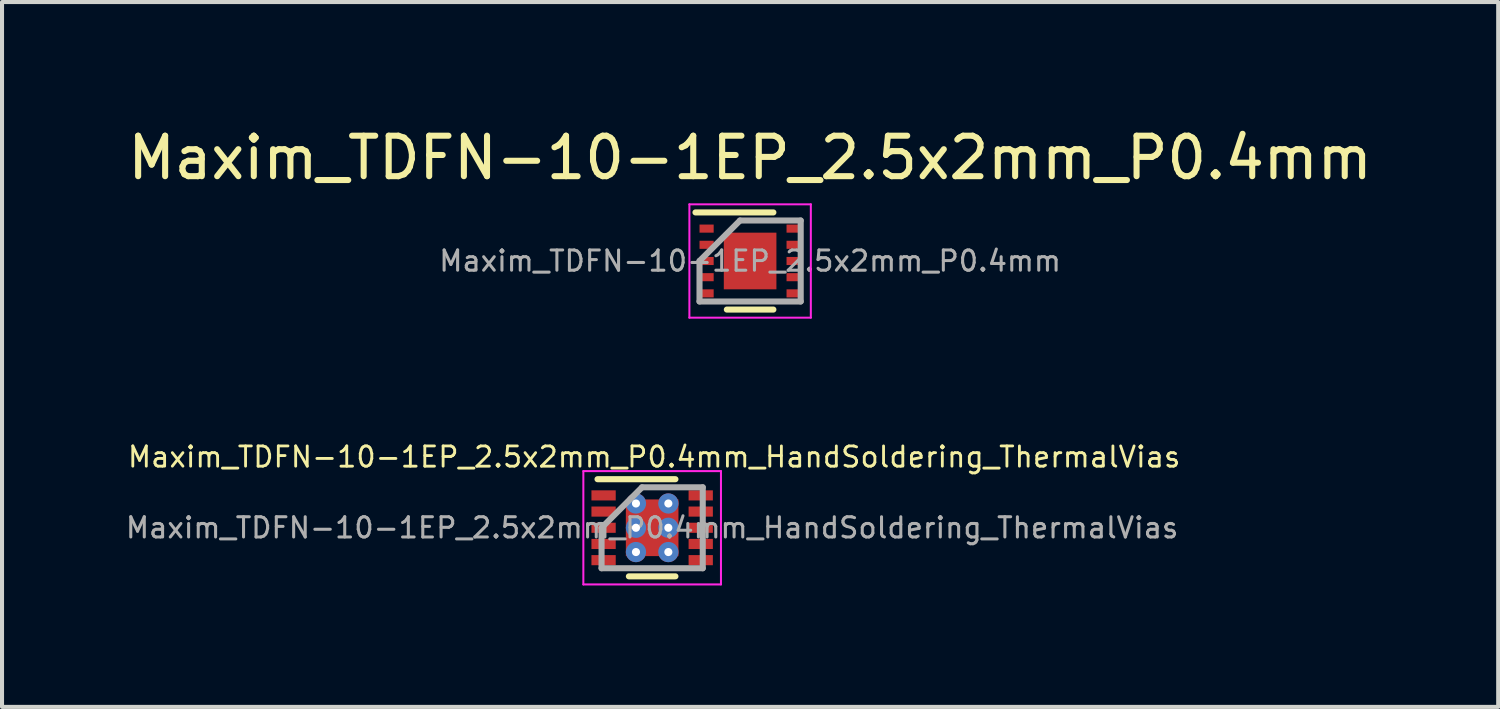
<source format=kicad_pcb>
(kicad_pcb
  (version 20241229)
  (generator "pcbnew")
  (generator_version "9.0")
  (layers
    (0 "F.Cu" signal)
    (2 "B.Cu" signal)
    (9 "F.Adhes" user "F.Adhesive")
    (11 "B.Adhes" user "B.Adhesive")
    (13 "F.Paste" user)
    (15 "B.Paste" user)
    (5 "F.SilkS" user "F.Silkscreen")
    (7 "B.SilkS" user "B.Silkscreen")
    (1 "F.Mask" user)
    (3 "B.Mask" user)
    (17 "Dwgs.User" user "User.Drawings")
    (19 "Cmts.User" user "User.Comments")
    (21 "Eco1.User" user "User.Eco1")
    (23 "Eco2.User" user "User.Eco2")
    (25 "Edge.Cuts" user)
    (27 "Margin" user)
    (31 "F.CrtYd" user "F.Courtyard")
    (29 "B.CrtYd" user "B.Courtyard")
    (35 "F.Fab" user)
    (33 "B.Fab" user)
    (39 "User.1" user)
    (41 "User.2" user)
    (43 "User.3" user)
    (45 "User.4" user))
  (footprint "Maxim_TDFN-10-1EP_2.5x2mm_P0.4mm_HandSoldering_ThermalVias"
    (layer "F.Cu")
    (at 13.062 9.989)
    (property "Reference" "Maxim_TDFN-10-1EP_2.5x2mm_P0.4mm_HandSoldering_ThermalVias" (at 0.05 -1.75 0) (layer "F.SilkS") (effects (font (size 0.5 0.5) (thickness 0.07))))
    (attr smd)
    (fp_line (start -1.35 -1.2) (end 0.575 -1.2) (stroke (width 0.15) (type solid)) (layer "F.SilkS"))
    (fp_line (start -0.575 1.2) (end 0.575 1.2) (stroke (width 0.15) (type solid)) (layer "F.SilkS"))
    (fp_line (start -1.7 -1.4) (end -1.7 1.4) (stroke (width 0.05) (type solid)) (layer "F.CrtYd"))
    (fp_line (start -1.7 -1.4) (end 1.7 -1.4) (stroke (width 0.05) (type solid)) (layer "F.CrtYd"))
    (fp_line (start -1.7 1.4) (end 1.7 1.4) (stroke (width 0.05) (type solid)) (layer "F.CrtYd"))
    (fp_line (start 1.7 -1.4) (end 1.7 1.4) (stroke (width 0.05) (type solid)) (layer "F.CrtYd"))
    (fp_line (start -1.25 0) (end -0.25 -1) (stroke (width 0.15) (type solid)) (layer "F.Fab"))
    (fp_line (start -1.25 1) (end -1.25 0) (stroke (width 0.15) (type solid)) (layer "F.Fab"))
    (fp_line (start -0.25 -1) (end 1.25 -1) (stroke (width 0.15) (type solid)) (layer "F.Fab"))
    (fp_line (start 1.25 -1) (end 1.25 1) (stroke (width 0.15) (type solid)) (layer "F.Fab"))
    (fp_line (start 1.25 1) (end -1.25 1) (stroke (width 0.15) (type solid)) (layer "F.Fab"))
    (fp_text user "${REFERENCE}" (at 0 0 0) (layer "F.Fab") (effects (font (size 0.5 0.5) (thickness 0.075))))
    (pad "1" smd rect (at -1.2 -0.8) (size 0.6 0.25) (layers "F.Cu" "F.Mask" "F.Paste"))
    (pad "2" smd rect (at -1.2 -0.4) (size 0.6 0.25) (layers "F.Cu" "F.Mask" "F.Paste"))
    (pad "3" smd rect (at -1.2 0) (size 0.6 0.25) (layers "F.Cu" "F.Mask" "F.Paste"))
    (pad "4" smd rect (at -1.2 0.4) (size 0.6 0.25) (layers "F.Cu" "F.Mask" "F.Paste"))
    (pad "5" smd rect (at -1.2 0.8) (size 0.6 0.25) (layers "F.Cu" "F.Mask" "F.Paste"))
    (pad "6" smd rect (at 1.2 0.8) (size 0.6 0.25) (layers "F.Cu" "F.Mask" "F.Paste"))
    (pad "7" smd rect (at 1.2 0.4) (size 0.6 0.25) (layers "F.Cu" "F.Mask" "F.Paste"))
    (pad "8" smd rect (at 1.2 0) (size 0.6 0.25) (layers "F.Cu" "F.Mask" "F.Paste"))
    (pad "9" smd rect (at 1.2 -0.4) (size 0.6 0.25) (layers "F.Cu" "F.Mask" "F.Paste"))
    (pad "10" smd rect (at 1.2 -0.8) (size 0.6 0.25) (layers "F.Cu" "F.Mask" "F.Paste"))
    (pad "11" thru_hole circle (at -0.4 -0.6) (size 0.5 0.5) (drill 0.2) (layers "*.Cu" "*.Mask"))
    (pad "11" thru_hole circle (at -0.4 0) (size 0.5 0.5) (drill 0.2) (layers "*.Cu" "*.Mask"))
    (pad "11" thru_hole circle (at -0.4 0.6) (size 0.5 0.5) (drill 0.2) (layers "*.Cu" "*.Mask"))
    (pad "11" smd rect (at 0 0) (size 1.3 1.4) (layers "F.Cu" "F.Mask"))
    (pad "11" thru_hole circle (at 0.4 -0.6) (size 0.5 0.5) (drill 0.2) (layers "*.Cu" "*.Mask"))
    (pad "11" thru_hole circle (at 0.4 0) (size 0.5 0.5) (drill 0.2) (layers "*.Cu" "*.Mask"))
    (pad "11" thru_hole circle (at 0.4 0.6) (size 0.5 0.5) (drill 0.2) (layers "*.Cu" "*.Mask")))
  (footprint "Maxim_TDFN-10-1EP_2.5x2mm_P0.4mm"
    (layer "F.Cu")
    (at 15.482 3.398)
    (property "Reference" "Maxim_TDFN-10-1EP_2.5x2mm_P0.4mm" (at 0 -2.55 0) (layer "F.SilkS") (effects (font (size 1 1) (thickness 0.15))))
    (attr smd)
    (fp_line (start -1.35 -1.2) (end 0.575 -1.2) (stroke (width 0.15) (type solid)) (layer "F.SilkS"))
    (fp_line (start -0.575 1.2) (end 0.575 1.2) (stroke (width 0.15) (type solid)) (layer "F.SilkS"))
    (fp_line (start -1.5 -1.4) (end -1.5 1.4) (stroke (width 0.05) (type solid)) (layer "F.CrtYd"))
    (fp_line (start -1.5 -1.4) (end 1.5 -1.4) (stroke (width 0.05) (type solid)) (layer "F.CrtYd"))
    (fp_line (start -1.5 1.4) (end 1.5 1.4) (stroke (width 0.05) (type solid)) (layer "F.CrtYd"))
    (fp_line (start 1.5 -1.4) (end 1.5 1.4) (stroke (width 0.05) (type solid)) (layer "F.CrtYd"))
    (fp_line (start -1.25 0) (end -0.25 -1) (stroke (width 0.15) (type solid)) (layer "F.Fab"))
    (fp_line (start -1.25 1) (end -1.25 0) (stroke (width 0.15) (type solid)) (layer "F.Fab"))
    (fp_line (start -0.25 -1) (end 1.25 -1) (stroke (width 0.15) (type solid)) (layer "F.Fab"))
    (fp_line (start 1.25 -1) (end 1.25 1) (stroke (width 0.15) (type solid)) (layer "F.Fab"))
    (fp_line (start 1.25 1) (end -1.25 1) (stroke (width 0.15) (type solid)) (layer "F.Fab"))
    (fp_text user "${REFERENCE}" (at 0 0 0) (layer "F.Fab") (effects (font (size 0.5 0.5) (thickness 0.075))))
    (pad "1" smd rect (at -1.075 -0.8) (size 0.35 0.2) (layers "F.Cu" "F.Mask" "F.Paste"))
    (pad "2" smd rect (at -1.075 -0.4) (size 0.35 0.2) (layers "F.Cu" "F.Mask" "F.Paste"))
    (pad "3" smd rect (at -1.075 0) (size 0.35 0.2) (layers "F.Cu" "F.Mask" "F.Paste"))
    (pad "4" smd rect (at -1.075 0.4) (size 0.35 0.2) (layers "F.Cu" "F.Mask" "F.Paste"))
    (pad "5" smd rect (at -1.075 0.8) (size 0.35 0.2) (layers "F.Cu" "F.Mask" "F.Paste"))
    (pad "6" smd rect (at 1.075 0.8) (size 0.35 0.2) (layers "F.Cu" "F.Mask" "F.Paste"))
    (pad "7" smd rect (at 1.075 0.4) (size 0.35 0.2) (layers "F.Cu" "F.Mask" "F.Paste"))
    (pad "8" smd rect (at 1.075 0) (size 0.35 0.2) (layers "F.Cu" "F.Mask" "F.Paste"))
    (pad "9" smd rect (at 1.075 -0.4) (size 0.35 0.2) (layers "F.Cu" "F.Mask" "F.Paste"))
    (pad "10" smd rect (at 1.075 -0.8) (size 0.35 0.2) (layers "F.Cu" "F.Mask" "F.Paste"))
    (pad "11" smd rect (at 0 0) (size 1.3 1.4) (layers "F.Cu" "F.Mask")))
  (gr_rect
    (start -3 -3)
    (end 33.964 14.414)
    (stroke (width 0.1) (type default))
    (fill no)
    (layer "Edge.Cuts")))
</source>
